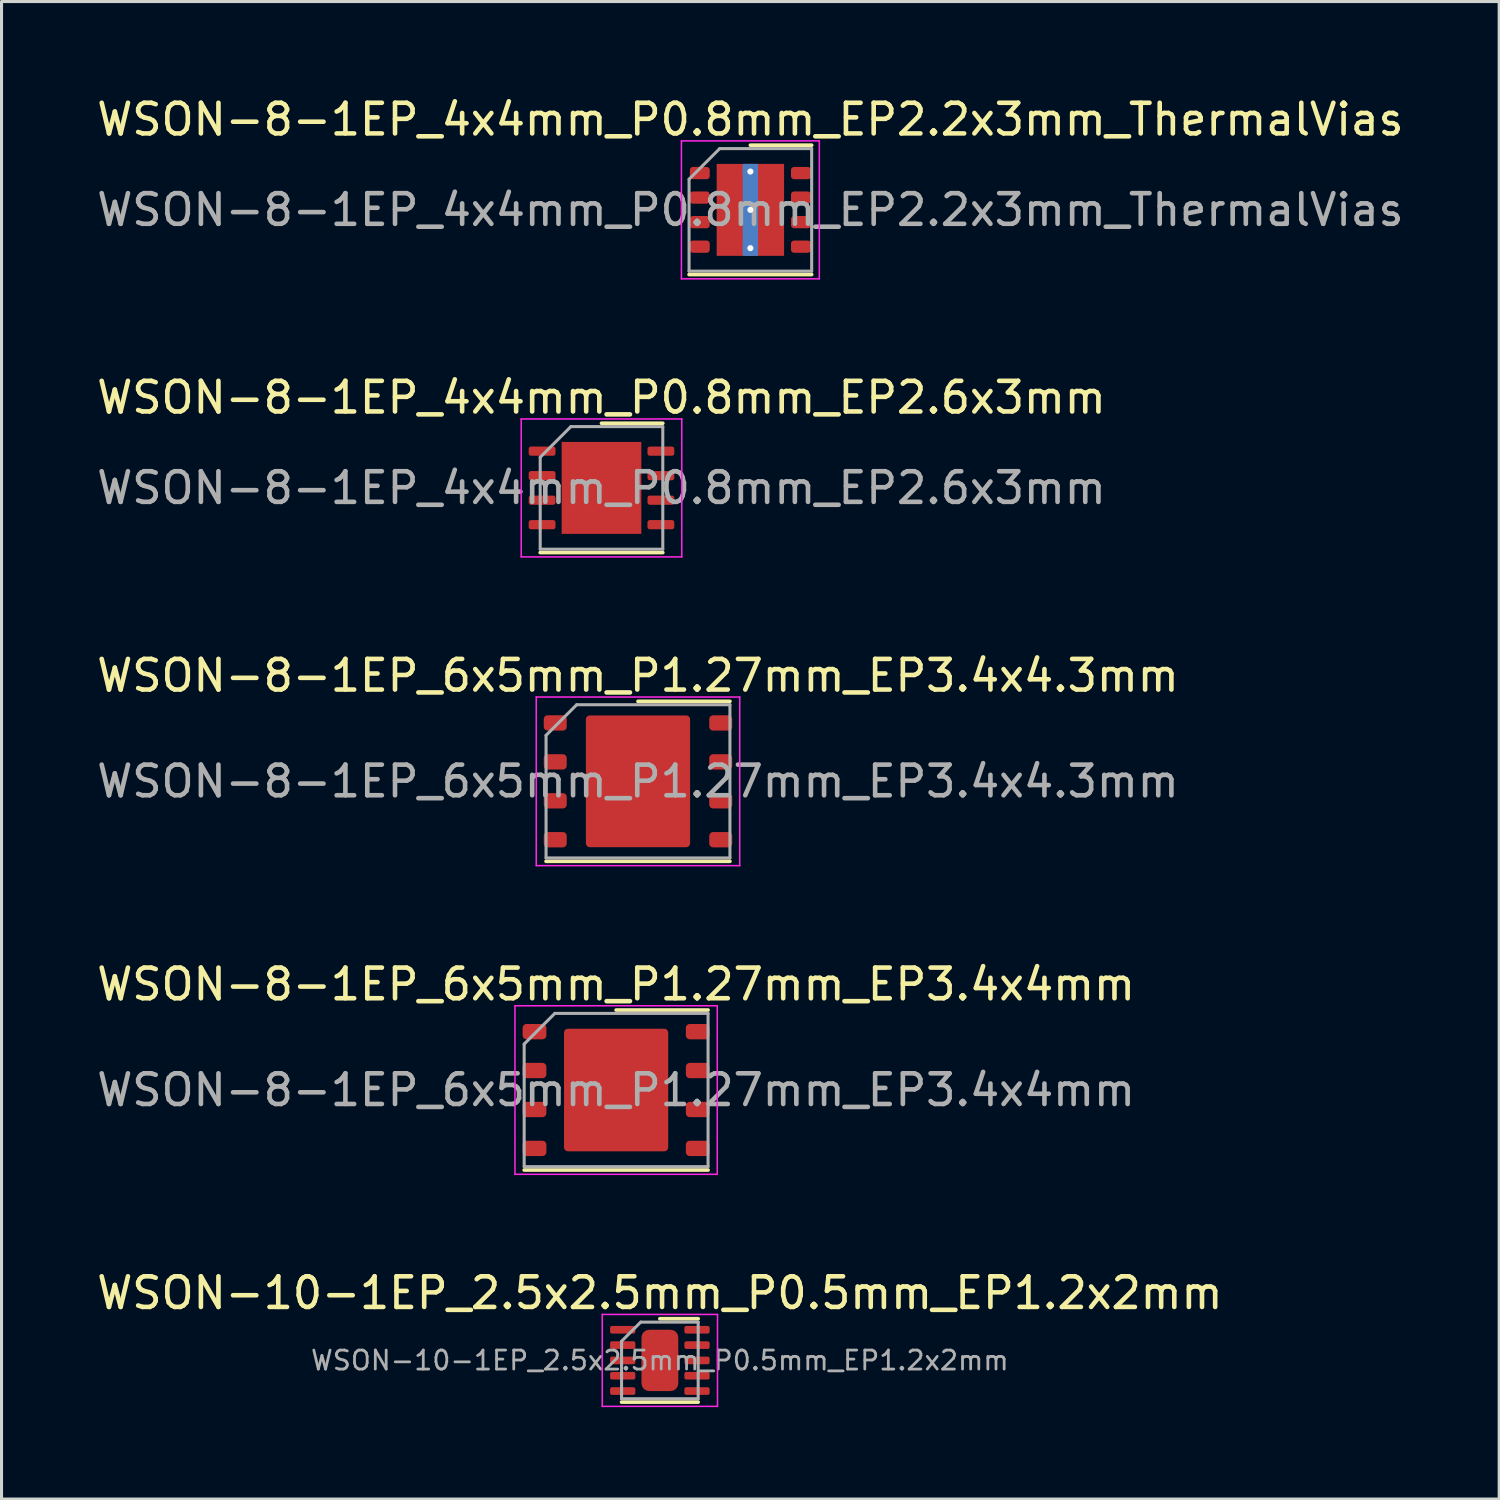
<source format=kicad_pcb>
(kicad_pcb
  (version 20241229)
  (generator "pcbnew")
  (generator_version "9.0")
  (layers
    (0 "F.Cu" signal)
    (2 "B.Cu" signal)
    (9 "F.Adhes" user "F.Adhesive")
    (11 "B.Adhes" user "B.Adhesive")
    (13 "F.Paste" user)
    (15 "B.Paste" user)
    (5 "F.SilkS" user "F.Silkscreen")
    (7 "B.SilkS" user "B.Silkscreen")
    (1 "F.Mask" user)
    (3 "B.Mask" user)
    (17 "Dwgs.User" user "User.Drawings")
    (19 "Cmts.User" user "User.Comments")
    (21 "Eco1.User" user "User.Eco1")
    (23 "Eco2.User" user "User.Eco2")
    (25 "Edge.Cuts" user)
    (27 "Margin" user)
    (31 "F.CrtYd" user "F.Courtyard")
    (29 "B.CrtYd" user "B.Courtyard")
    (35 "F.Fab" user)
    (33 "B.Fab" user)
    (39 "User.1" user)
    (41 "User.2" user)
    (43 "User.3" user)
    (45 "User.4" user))
  (footprint "WSON-8-1EP_6x5mm_P1.27mm_EP3.4x4mm"
    (layer "F.Cu")
    (at 17.054 32.518)
    (property "Reference" "WSON-8-1EP_6x5mm_P1.27mm_EP3.4x4mm" (at 0 -3.45 0) (layer "F.SilkS") (effects (font (size 1 1) (thickness 0.15))))
    (attr smd)
    (fp_line (start -3 2.61) (end 3 2.61) (stroke (width 0.12) (type solid)) (layer "F.SilkS"))
    (fp_line (start 0 -2.61) (end 3 -2.61) (stroke (width 0.12) (type solid)) (layer "F.SilkS"))
    (fp_line (start -3.3 -2.75) (end -3.3 2.75) (stroke (width 0.05) (type solid)) (layer "F.CrtYd"))
    (fp_line (start -3.3 2.75) (end 3.3 2.75) (stroke (width 0.05) (type solid)) (layer "F.CrtYd"))
    (fp_line (start 3.3 -2.75) (end -3.3 -2.75) (stroke (width 0.05) (type solid)) (layer "F.CrtYd"))
    (fp_line (start 3.3 2.75) (end 3.3 -2.75) (stroke (width 0.05) (type solid)) (layer "F.CrtYd"))
    (fp_line (start -3 -1.5) (end -2 -2.5) (stroke (width 0.1) (type solid)) (layer "F.Fab"))
    (fp_line (start -3 2.5) (end -3 -1.5) (stroke (width 0.1) (type solid)) (layer "F.Fab"))
    (fp_line (start -2 -2.5) (end 3 -2.5) (stroke (width 0.1) (type solid)) (layer "F.Fab"))
    (fp_line (start 3 -2.5) (end 3 2.5) (stroke (width 0.1) (type solid)) (layer "F.Fab"))
    (fp_line (start 3 2.5) (end -3 2.5) (stroke (width 0.1) (type solid)) (layer "F.Fab"))
    (fp_text user "${REFERENCE}" (at 0 0 0) (layer "F.Fab") (effects (font (size 1 1) (thickness 0.15))))
    (pad "" smd roundrect (at -0.85 -1) (size 1.37 1.61) (layers "F.Paste") (roundrect_rratio 0.182))
    (pad "" smd roundrect (at -0.85 1) (size 1.37 1.61) (layers "F.Paste") (roundrect_rratio 0.182))
    (pad "" smd roundrect (at 0.85 -1) (size 1.37 1.61) (layers "F.Paste") (roundrect_rratio 0.182))
    (pad "" smd roundrect (at 0.85 1) (size 1.37 1.61) (layers "F.Paste") (roundrect_rratio 0.182))
    (pad "1" smd roundrect (at -2.663 -1.905) (size 0.775 0.5) (layers "F.Cu" "F.Mask" "F.Paste") (roundrect_rratio 0.25))
    (pad "2" smd roundrect (at -2.663 -0.635) (size 0.775 0.5) (layers "F.Cu" "F.Mask" "F.Paste") (roundrect_rratio 0.25))
    (pad "3" smd roundrect (at -2.663 0.635) (size 0.775 0.5) (layers "F.Cu" "F.Mask" "F.Paste") (roundrect_rratio 0.25))
    (pad "4" smd roundrect (at -2.663 1.905) (size 0.775 0.5) (layers "F.Cu" "F.Mask" "F.Paste") (roundrect_rratio 0.25))
    (pad "5" smd roundrect (at 2.663 1.905) (size 0.775 0.5) (layers "F.Cu" "F.Mask" "F.Paste") (roundrect_rratio 0.25))
    (pad "6" smd roundrect (at 2.663 0.635) (size 0.775 0.5) (layers "F.Cu" "F.Mask" "F.Paste") (roundrect_rratio 0.25))
    (pad "7" smd roundrect (at 2.663 -0.635) (size 0.775 0.5) (layers "F.Cu" "F.Mask" "F.Paste") (roundrect_rratio 0.25))
    (pad "8" smd roundrect (at 2.663 -1.905) (size 0.775 0.5) (layers "F.Cu" "F.Mask" "F.Paste") (roundrect_rratio 0.25))
    (pad "9" smd roundrect (at 0 0) (size 3.4 4) (layers "F.Cu" "F.Mask") (roundrect_rratio 0.037)))
  (footprint "WSON-8-1EP_6x5mm_P1.27mm_EP3.4x4.3mm"
    (layer "F.Cu")
    (at 17.768 22.445)
    (property "Reference" "WSON-8-1EP_6x5mm_P1.27mm_EP3.4x4.3mm" (at 0 -3.45 0) (layer "F.SilkS") (effects (font (size 1 1) (thickness 0.15))))
    (attr smd)
    (fp_line (start -3 2.61) (end 3 2.61) (stroke (width 0.12) (type solid)) (layer "F.SilkS"))
    (fp_line (start 0 -2.61) (end 3 -2.61) (stroke (width 0.12) (type solid)) (layer "F.SilkS"))
    (fp_line (start -3.32 -2.75) (end -3.32 2.75) (stroke (width 0.05) (type solid)) (layer "F.CrtYd"))
    (fp_line (start -3.32 2.75) (end 3.32 2.75) (stroke (width 0.05) (type solid)) (layer "F.CrtYd"))
    (fp_line (start 3.32 -2.75) (end -3.32 -2.75) (stroke (width 0.05) (type solid)) (layer "F.CrtYd"))
    (fp_line (start 3.32 2.75) (end 3.32 -2.75) (stroke (width 0.05) (type solid)) (layer "F.CrtYd"))
    (fp_line (start -3 -1.5) (end -2 -2.5) (stroke (width 0.1) (type solid)) (layer "F.Fab"))
    (fp_line (start -3 2.5) (end -3 -1.5) (stroke (width 0.1) (type solid)) (layer "F.Fab"))
    (fp_line (start -2 -2.5) (end 3 -2.5) (stroke (width 0.1) (type solid)) (layer "F.Fab"))
    (fp_line (start 3 -2.5) (end 3 2.5) (stroke (width 0.1) (type solid)) (layer "F.Fab"))
    (fp_line (start 3 2.5) (end -3 2.5) (stroke (width 0.1) (type solid)) (layer "F.Fab"))
    (fp_text user "${REFERENCE}" (at 0 0 0) (layer "F.Fab") (effects (font (size 1 1) (thickness 0.15))))
    (pad "" smd roundrect (at -0.85 -1.075) (size 1.37 1.73) (layers "F.Paste") (roundrect_rratio 0.182))
    (pad "" smd roundrect (at -0.85 1.075) (size 1.37 1.73) (layers "F.Paste") (roundrect_rratio 0.182))
    (pad "" smd roundrect (at 0.85 -1.075) (size 1.37 1.73) (layers "F.Paste") (roundrect_rratio 0.182))
    (pad "" smd roundrect (at 0.85 1.075) (size 1.37 1.73) (layers "F.Paste") (roundrect_rratio 0.182))
    (pad "1" smd roundrect (at -2.7 -1.905) (size 0.75 0.5) (layers "F.Cu" "F.Mask" "F.Paste") (roundrect_rratio 0.25))
    (pad "2" smd roundrect (at -2.7 -0.635) (size 0.75 0.5) (layers "F.Cu" "F.Mask" "F.Paste") (roundrect_rratio 0.25))
    (pad "3" smd roundrect (at -2.7 0.635) (size 0.75 0.5) (layers "F.Cu" "F.Mask" "F.Paste") (roundrect_rratio 0.25))
    (pad "4" smd roundrect (at -2.7 1.905) (size 0.75 0.5) (layers "F.Cu" "F.Mask" "F.Paste") (roundrect_rratio 0.25))
    (pad "5" smd roundrect (at 2.7 1.905) (size 0.75 0.5) (layers "F.Cu" "F.Mask" "F.Paste") (roundrect_rratio 0.25))
    (pad "6" smd roundrect (at 2.7 0.635) (size 0.75 0.5) (layers "F.Cu" "F.Mask" "F.Paste") (roundrect_rratio 0.25))
    (pad "7" smd roundrect (at 2.7 -0.635) (size 0.75 0.5) (layers "F.Cu" "F.Mask" "F.Paste") (roundrect_rratio 0.25))
    (pad "8" smd roundrect (at 2.7 -1.905) (size 0.75 0.5) (layers "F.Cu" "F.Mask" "F.Paste") (roundrect_rratio 0.25))
    (pad "9" smd roundrect (at 0 0) (size 3.4 4.3) (layers "F.Cu" "F.Mask") (roundrect_rratio 0.037)))
  (footprint "WSON-10-1EP_2.5x2.5mm_P0.5mm_EP1.2x2mm"
    (layer "F.Cu")
    (at 18.482 41.341)
    (property "Reference" "WSON-10-1EP_2.5x2.5mm_P0.5mm_EP1.2x2mm" (at 0 -2.2 0) (layer "F.SilkS") (effects (font (size 1 1) (thickness 0.15))))
    (attr smd)
    (fp_line (start -1.25 1.36) (end 1.25 1.36) (stroke (width 0.12) (type solid)) (layer "F.SilkS"))
    (fp_line (start 0 -1.36) (end 1.25 -1.36) (stroke (width 0.12) (type solid)) (layer "F.SilkS"))
    (fp_line (start -1.88 -1.5) (end -1.88 1.5) (stroke (width 0.05) (type solid)) (layer "F.CrtYd"))
    (fp_line (start -1.88 1.5) (end 1.88 1.5) (stroke (width 0.05) (type solid)) (layer "F.CrtYd"))
    (fp_line (start 1.88 -1.5) (end -1.88 -1.5) (stroke (width 0.05) (type solid)) (layer "F.CrtYd"))
    (fp_line (start 1.88 1.5) (end 1.88 -1.5) (stroke (width 0.05) (type solid)) (layer "F.CrtYd"))
    (fp_line (start -1.25 -0.625) (end -0.625 -1.25) (stroke (width 0.1) (type solid)) (layer "F.Fab"))
    (fp_line (start -1.25 1.25) (end -1.25 -0.625) (stroke (width 0.1) (type solid)) (layer "F.Fab"))
    (fp_line (start -0.625 -1.25) (end 1.25 -1.25) (stroke (width 0.1) (type solid)) (layer "F.Fab"))
    (fp_line (start 1.25 -1.25) (end 1.25 1.25) (stroke (width 0.1) (type solid)) (layer "F.Fab"))
    (fp_line (start 1.25 1.25) (end -1.25 1.25) (stroke (width 0.1) (type solid)) (layer "F.Fab"))
    (fp_text user "${REFERENCE}" (at 0 0 0) (layer "F.Fab") (effects (font (size 0.62 0.62) (thickness 0.09))))
    (pad "" smd roundrect (at -0.3 -0.5) (size 0.48 0.81) (layers "F.Paste") (roundrect_rratio 0.25))
    (pad "" smd roundrect (at -0.3 0.5) (size 0.48 0.81) (layers "F.Paste") (roundrect_rratio 0.25))
    (pad "" smd roundrect (at 0.3 -0.5) (size 0.48 0.81) (layers "F.Paste") (roundrect_rratio 0.25))
    (pad "" smd roundrect (at 0.3 0.5) (size 0.48 0.81) (layers "F.Paste") (roundrect_rratio 0.25))
    (pad "1" smd roundrect (at -1.212 -1) (size 0.825 0.25) (layers "F.Cu" "F.Mask" "F.Paste") (roundrect_rratio 0.25))
    (pad "2" smd roundrect (at -1.212 -0.5) (size 0.825 0.25) (layers "F.Cu" "F.Mask" "F.Paste") (roundrect_rratio 0.25))
    (pad "3" smd roundrect (at -1.212 0) (size 0.825 0.25) (layers "F.Cu" "F.Mask" "F.Paste") (roundrect_rratio 0.25))
    (pad "4" smd roundrect (at -1.212 0.5) (size 0.825 0.25) (layers "F.Cu" "F.Mask" "F.Paste") (roundrect_rratio 0.25))
    (pad "5" smd roundrect (at -1.212 1) (size 0.825 0.25) (layers "F.Cu" "F.Mask" "F.Paste") (roundrect_rratio 0.25))
    (pad "6" smd roundrect (at 1.212 1) (size 0.825 0.25) (layers "F.Cu" "F.Mask" "F.Paste") (roundrect_rratio 0.25))
    (pad "7" smd roundrect (at 1.212 0.5) (size 0.825 0.25) (layers "F.Cu" "F.Mask" "F.Paste") (roundrect_rratio 0.25))
    (pad "8" smd roundrect (at 1.212 0) (size 0.825 0.25) (layers "F.Cu" "F.Mask" "F.Paste") (roundrect_rratio 0.25))
    (pad "9" smd roundrect (at 1.212 -0.5) (size 0.825 0.25) (layers "F.Cu" "F.Mask" "F.Paste") (roundrect_rratio 0.25))
    (pad "10" smd roundrect (at 1.212 -1) (size 0.825 0.25) (layers "F.Cu" "F.Mask" "F.Paste") (roundrect_rratio 0.25))
    (pad "11" smd roundrect (at 0 0) (size 1.2 2) (layers "F.Cu" "F.Mask") (roundrect_rratio 0.208)))
  (footprint "WSON-8-1EP_4x4mm_P0.8mm_EP2.6x3mm"
    (layer "F.Cu")
    (at 16.577 12.871)
    (property "Reference" "WSON-8-1EP_4x4mm_P0.8mm_EP2.6x3mm" (at 0 -2.95 0) (layer "F.SilkS") (effects (font (size 1 1) (thickness 0.15))))
    (attr smd)
    (fp_line (start -2 2.11) (end 2 2.11) (stroke (width 0.12) (type solid)) (layer "F.SilkS"))
    (fp_line (start 0 -2.11) (end 2 -2.11) (stroke (width 0.12) (type solid)) (layer "F.SilkS"))
    (fp_line (start -2.62 -2.25) (end -2.62 2.25) (stroke (width 0.05) (type solid)) (layer "F.CrtYd"))
    (fp_line (start -2.62 2.25) (end 2.62 2.25) (stroke (width 0.05) (type solid)) (layer "F.CrtYd"))
    (fp_line (start 2.62 -2.25) (end -2.62 -2.25) (stroke (width 0.05) (type solid)) (layer "F.CrtYd"))
    (fp_line (start 2.62 2.25) (end 2.62 -2.25) (stroke (width 0.05) (type solid)) (layer "F.CrtYd"))
    (fp_line (start -2 -1) (end -1 -2) (stroke (width 0.1) (type solid)) (layer "F.Fab"))
    (fp_line (start -2 2) (end -2 -1) (stroke (width 0.1) (type solid)) (layer "F.Fab"))
    (fp_line (start -1 -2) (end 2 -2) (stroke (width 0.1) (type solid)) (layer "F.Fab"))
    (fp_line (start 2 -2) (end 2 2) (stroke (width 0.1) (type solid)) (layer "F.Fab"))
    (fp_line (start 2 2) (end -2 2) (stroke (width 0.1) (type solid)) (layer "F.Fab"))
    (fp_text user "${REFERENCE}" (at 0 0 0) (layer "F.Fab") (effects (font (size 1 1) (thickness 0.15))))
    (pad "" smd roundrect (at -0.65 -0.75) (size 1.05 1.21) (layers "F.Paste") (roundrect_rratio 0.238))
    (pad "" smd roundrect (at -0.65 0.75) (size 1.05 1.21) (layers "F.Paste") (roundrect_rratio 0.238))
    (pad "" smd roundrect (at 0.65 -0.75) (size 1.05 1.21) (layers "F.Paste") (roundrect_rratio 0.238))
    (pad "" smd roundrect (at 0.65 0.75) (size 1.05 1.21) (layers "F.Paste") (roundrect_rratio 0.238))
    (pad "1" smd roundrect (at -1.938 -1.2) (size 0.875 0.3) (layers "F.Cu" "F.Mask" "F.Paste") (roundrect_rratio 0.25))
    (pad "2" smd roundrect (at -1.938 -0.4) (size 0.875 0.3) (layers "F.Cu" "F.Mask" "F.Paste") (roundrect_rratio 0.25))
    (pad "3" smd roundrect (at -1.938 0.4) (size 0.875 0.3) (layers "F.Cu" "F.Mask" "F.Paste") (roundrect_rratio 0.25))
    (pad "4" smd roundrect (at -1.938 1.2) (size 0.875 0.3) (layers "F.Cu" "F.Mask" "F.Paste") (roundrect_rratio 0.25))
    (pad "5" smd roundrect (at 1.938 1.2) (size 0.875 0.3) (layers "F.Cu" "F.Mask" "F.Paste") (roundrect_rratio 0.25))
    (pad "6" smd roundrect (at 1.938 0.4) (size 0.875 0.3) (layers "F.Cu" "F.Mask" "F.Paste") (roundrect_rratio 0.25))
    (pad "7" smd roundrect (at 1.938 -0.4) (size 0.875 0.3) (layers "F.Cu" "F.Mask" "F.Paste") (roundrect_rratio 0.25))
    (pad "8" smd roundrect (at 1.938 -1.2) (size 0.875 0.3) (layers "F.Cu" "F.Mask" "F.Paste") (roundrect_rratio 0.25))
    (pad "9" smd rect (at 0 0) (size 2.6 3) (layers "F.Cu" "F.Mask")))
  (footprint "WSON-8-1EP_4x4mm_P0.8mm_EP2.2x3mm_ThermalVias"
    (layer "F.Cu")
    (at 21.435 3.798)
    (property "Reference" "WSON-8-1EP_4x4mm_P0.8mm_EP2.2x3mm_ThermalVias" (at 0 -2.95 0) (layer "F.SilkS") (effects (font (size 1 1) (thickness 0.15))))
    (attr smd)
    (fp_line (start -2 2.11) (end 2 2.11) (stroke (width 0.12) (type solid)) (layer "F.SilkS"))
    (fp_line (start 0 -2.11) (end 2 -2.11) (stroke (width 0.12) (type solid)) (layer "F.SilkS"))
    (fp_line (start -2.25 -2.25) (end -2.25 2.25) (stroke (width 0.05) (type solid)) (layer "F.CrtYd"))
    (fp_line (start -2.25 2.25) (end 2.25 2.25) (stroke (width 0.05) (type solid)) (layer "F.CrtYd"))
    (fp_line (start 2.25 -2.25) (end -2.25 -2.25) (stroke (width 0.05) (type solid)) (layer "F.CrtYd"))
    (fp_line (start 2.25 2.25) (end 2.25 -2.25) (stroke (width 0.05) (type solid)) (layer "F.CrtYd"))
    (fp_line (start -2 -1) (end -1 -2) (stroke (width 0.1) (type solid)) (layer "F.Fab"))
    (fp_line (start -2 2) (end -2 -1) (stroke (width 0.1) (type solid)) (layer "F.Fab"))
    (fp_line (start -1 -2) (end 2 -2) (stroke (width 0.1) (type solid)) (layer "F.Fab"))
    (fp_line (start 2 -2) (end 2 2) (stroke (width 0.1) (type solid)) (layer "F.Fab"))
    (fp_line (start 2 2) (end -2 2) (stroke (width 0.1) (type solid)) (layer "F.Fab"))
    (fp_text user "${REFERENCE}" (at 0 0 0) (layer "F.Fab") (effects (font (size 1 1) (thickness 0.15))))
    (pad "" smd roundrect (at -0.55 -0.625) (size 0.887 1.008) (layers "F.Paste") (roundrect_rratio 0.25))
    (pad "" smd roundrect (at -0.55 0.625) (size 0.887 1.008) (layers "F.Paste") (roundrect_rratio 0.25))
    (pad "" smd roundrect (at 0.55 -0.625) (size 0.887 1.008) (layers "F.Paste") (roundrect_rratio 0.25))
    (pad "" smd roundrect (at 0.55 0.625) (size 0.887 1.008) (layers "F.Paste") (roundrect_rratio 0.25))
    (pad "1" smd roundrect (at -1.65 -1.2) (size 0.65 0.4) (layers "F.Cu" "F.Mask" "F.Paste") (roundrect_rratio 0.25))
    (pad "2" smd roundrect (at -1.65 -0.4) (size 0.65 0.4) (layers "F.Cu" "F.Mask" "F.Paste") (roundrect_rratio 0.25))
    (pad "3" smd roundrect (at -1.65 0.4) (size 0.65 0.4) (layers "F.Cu" "F.Mask" "F.Paste") (roundrect_rratio 0.25))
    (pad "4" smd roundrect (at -1.65 1.2) (size 0.65 0.4) (layers "F.Cu" "F.Mask" "F.Paste") (roundrect_rratio 0.25))
    (pad "5" smd roundrect (at 1.65 1.2) (size 0.65 0.4) (layers "F.Cu" "F.Mask" "F.Paste") (roundrect_rratio 0.25))
    (pad "6" smd roundrect (at 1.65 0.4) (size 0.65 0.4) (layers "F.Cu" "F.Mask" "F.Paste") (roundrect_rratio 0.25))
    (pad "7" smd roundrect (at 1.65 -0.4) (size 0.65 0.4) (layers "F.Cu" "F.Mask" "F.Paste") (roundrect_rratio 0.25))
    (pad "8" smd roundrect (at 1.65 -1.2) (size 0.65 0.4) (layers "F.Cu" "F.Mask" "F.Paste") (roundrect_rratio 0.25))
    (pad "9" thru_hole circle (at 0 -1.25) (size 0.5 0.5) (drill 0.2) (layers "*.Cu"))
    (pad "9" thru_hole circle (at 0 0) (size 0.5 0.5) (drill 0.2) (layers "*.Cu"))
    (pad "9" smd rect (at 0 0) (size 0.5 3) (layers "B.Cu"))
    (pad "9" smd rect (at 0 0) (size 2.2 3) (layers "F.Cu" "F.Mask"))
    (pad "9" thru_hole circle (at 0 1.25) (size 0.5 0.5) (drill 0.2) (layers "*.Cu")))
  (gr_rect
    (start -3 -3)
    (end 45.869 45.866)
    (stroke (width 0.1) (type default))
    (fill no)
    (layer "Edge.Cuts")))
</source>
